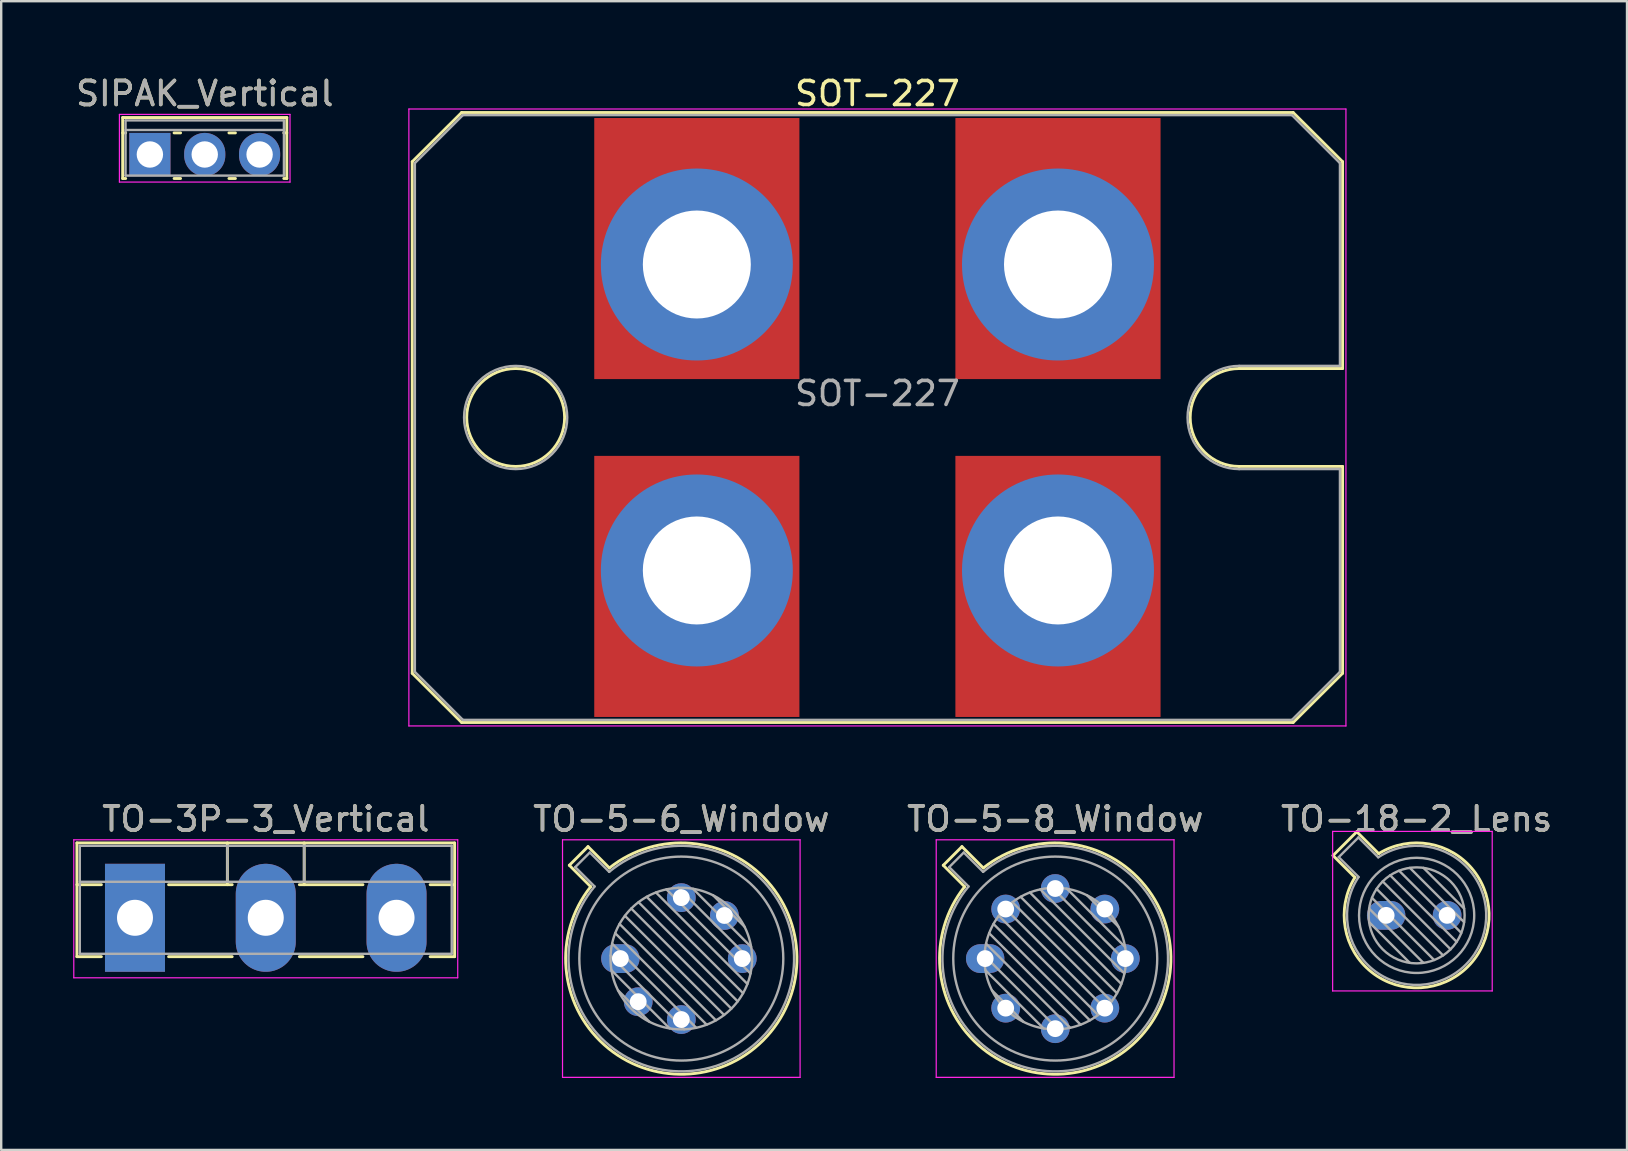
<source format=kicad_pcb>
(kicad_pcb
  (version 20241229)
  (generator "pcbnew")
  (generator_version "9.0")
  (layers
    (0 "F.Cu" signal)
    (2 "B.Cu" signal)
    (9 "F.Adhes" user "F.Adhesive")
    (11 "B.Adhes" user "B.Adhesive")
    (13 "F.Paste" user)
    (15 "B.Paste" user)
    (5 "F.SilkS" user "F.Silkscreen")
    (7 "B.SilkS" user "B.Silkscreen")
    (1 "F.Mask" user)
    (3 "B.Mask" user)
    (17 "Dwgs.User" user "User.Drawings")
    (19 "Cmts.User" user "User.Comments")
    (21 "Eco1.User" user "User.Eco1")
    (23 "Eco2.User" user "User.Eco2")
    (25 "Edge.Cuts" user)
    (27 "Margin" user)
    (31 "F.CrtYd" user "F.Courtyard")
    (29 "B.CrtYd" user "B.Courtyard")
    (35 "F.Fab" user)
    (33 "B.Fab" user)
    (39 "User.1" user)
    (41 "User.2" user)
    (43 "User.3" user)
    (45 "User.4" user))
  (footprint "TO-3P-3_Vertical"
    (layer "F.Cu")
    (at 2.575 35.197)
    (property "Reference" "TO-3P-3_Vertical" (at 5.45 -4.12 0) (layer "F.SilkS") (effects (font (size 1 1) (thickness 0.15))))
    (attr through_hole)
    (fp_line (start -2.42 -3.12) (end -2.42 1.62) (stroke (width 0.12) (type solid)) (layer "F.SilkS"))
    (fp_line (start -2.42 -3.12) (end 13.32 -3.12) (stroke (width 0.12) (type solid)) (layer "F.SilkS"))
    (fp_line (start -2.42 -1.38) (end -1.4 -1.38) (stroke (width 0.12) (type solid)) (layer "F.SilkS"))
    (fp_line (start -2.42 1.62) (end -1.4 1.62) (stroke (width 0.12) (type solid)) (layer "F.SilkS"))
    (fp_line (start 1.4 -1.38) (end 4.051 -1.38) (stroke (width 0.12) (type solid)) (layer "F.SilkS"))
    (fp_line (start 1.4 1.62) (end 4.051 1.62) (stroke (width 0.12) (type solid)) (layer "F.SilkS"))
    (fp_line (start 3.85 -3.12) (end 3.85 -1.38) (stroke (width 0.12) (type solid)) (layer "F.SilkS"))
    (fp_line (start 6.85 -1.38) (end 9.5 -1.38) (stroke (width 0.12) (type solid)) (layer "F.SilkS"))
    (fp_line (start 6.85 1.62) (end 9.5 1.62) (stroke (width 0.12) (type solid)) (layer "F.SilkS"))
    (fp_line (start 7.051 -3.12) (end 7.051 -1.38) (stroke (width 0.12) (type solid)) (layer "F.SilkS"))
    (fp_line (start 12.3 -1.38) (end 13.32 -1.38) (stroke (width 0.12) (type solid)) (layer "F.SilkS"))
    (fp_line (start 12.3 1.62) (end 13.32 1.62) (stroke (width 0.12) (type solid)) (layer "F.SilkS"))
    (fp_line (start 13.32 -3.12) (end 13.32 1.62) (stroke (width 0.12) (type solid)) (layer "F.SilkS"))
    (fp_line (start -2.55 -3.25) (end -2.55 2.5) (stroke (width 0.05) (type solid)) (layer "F.CrtYd"))
    (fp_line (start -2.55 2.5) (end 13.45 2.5) (stroke (width 0.05) (type solid)) (layer "F.CrtYd"))
    (fp_line (start 13.45 -3.25) (end -2.55 -3.25) (stroke (width 0.05) (type solid)) (layer "F.CrtYd"))
    (fp_line (start 13.45 2.5) (end 13.45 -3.25) (stroke (width 0.05) (type solid)) (layer "F.CrtYd"))
    (fp_line (start -2.3 -3) (end -2.3 1.5) (stroke (width 0.1) (type solid)) (layer "F.Fab"))
    (fp_line (start -2.3 -1.5) (end 13.2 -1.5) (stroke (width 0.1) (type solid)) (layer "F.Fab"))
    (fp_line (start -2.3 1.5) (end 13.2 1.5) (stroke (width 0.1) (type solid)) (layer "F.Fab"))
    (fp_line (start 3.85 -3) (end 3.85 -1.5) (stroke (width 0.1) (type solid)) (layer "F.Fab"))
    (fp_line (start 7.05 -3) (end 7.05 -1.5) (stroke (width 0.1) (type solid)) (layer "F.Fab"))
    (fp_line (start 13.2 -3) (end -2.3 -3) (stroke (width 0.1) (type solid)) (layer "F.Fab"))
    (fp_line (start 13.2 1.5) (end 13.2 -3) (stroke (width 0.1) (type solid)) (layer "F.Fab"))
    (fp_text user "${REFERENCE}" (at 5.45 -4.12 0) (layer "F.Fab") (effects (font (size 1 1) (thickness 0.15))))
    (pad "1" thru_hole rect (at 0 0) (size 2.5 4.5) (drill 1.5) (layers "*.Cu" "*.Mask"))
    (pad "2" thru_hole oval (at 5.45 0) (size 2.5 4.5) (drill 1.5) (layers "*.Cu" "*.Mask"))
    (pad "3" thru_hole oval (at 10.9 0) (size 2.5 4.5) (drill 1.5) (layers "*.Cu" "*.Mask")))
  (footprint "TO-5-6_Window"
    (layer "F.Cu")
    (at 22.802 36.897)
    (property "Reference" "TO-5-6_Window" (at 2.54 -5.82 0) (layer "F.SilkS") (effects (font (size 1 1) (thickness 0.15))))
    (attr through_hole)
    (fp_line (start -2.126 -3.888) (end -1.235 -2.997) (stroke (width 0.12) (type solid)) (layer "F.SilkS"))
    (fp_line (start -1.348 -4.666) (end -2.126 -3.888) (stroke (width 0.12) (type solid)) (layer "F.SilkS"))
    (fp_line (start -0.457 -3.775) (end -1.348 -4.666) (stroke (width 0.12) (type solid)) (layer "F.SilkS"))
    (fp_arc (start -0.457084 -3.774902) (mid 5.948125 3.408384) (end -1.234674 -2.997371) (stroke (width 0.12) (type solid)) (layer "F.SilkS"))
    (fp_line (start -2.41 -4.95) (end -2.41 4.95) (stroke (width 0.05) (type solid)) (layer "F.CrtYd"))
    (fp_line (start -2.41 4.95) (end 7.49 4.95) (stroke (width 0.05) (type solid)) (layer "F.CrtYd"))
    (fp_line (start 7.49 -4.95) (end -2.41 -4.95) (stroke (width 0.05) (type solid)) (layer "F.CrtYd"))
    (fp_line (start 7.49 4.95) (end 7.49 -4.95) (stroke (width 0.05) (type solid)) (layer "F.CrtYd"))
    (fp_line (start -1.88 -3.812) (end -1.074 -3.005) (stroke (width 0.1) (type solid)) (layer "F.Fab"))
    (fp_line (start -1.272 -4.42) (end -1.88 -3.812) (stroke (width 0.1) (type solid)) (layer "F.Fab"))
    (fp_line (start -0.465 -3.614) (end -1.272 -4.42) (stroke (width 0.1) (type solid)) (layer "F.Fab"))
    (fp_line (start -0.408 -0.12) (end 2.66 2.948) (stroke (width 0.1) (type solid)) (layer "F.Fab"))
    (fp_line (start -0.371 0.485) (end 2.055 2.911) (stroke (width 0.1) (type solid)) (layer "F.Fab"))
    (fp_line (start -0.344 -0.622) (end 3.162 2.884) (stroke (width 0.1) (type solid)) (layer "F.Fab"))
    (fp_line (start -0.215 -1.058) (end 3.598 2.755) (stroke (width 0.1) (type solid)) (layer "F.Fab"))
    (fp_line (start -0.097 1.324) (end 1.216 2.637) (stroke (width 0.1) (type solid)) (layer "F.Fab"))
    (fp_line (start -0.034 -1.443) (end 3.983 2.574) (stroke (width 0.1) (type solid)) (layer "F.Fab"))
    (fp_line (start 0.19 -1.784) (end 4.324 2.35) (stroke (width 0.1) (type solid)) (layer "F.Fab"))
    (fp_line (start 0.454 -2.086) (end 4.626 2.086) (stroke (width 0.1) (type solid)) (layer "F.Fab"))
    (fp_line (start 0.756 -2.35) (end 4.89 1.784) (stroke (width 0.1) (type solid)) (layer "F.Fab"))
    (fp_line (start 1.097 -2.574) (end 5.114 1.443) (stroke (width 0.1) (type solid)) (layer "F.Fab"))
    (fp_line (start 1.482 -2.755) (end 5.295 1.058) (stroke (width 0.1) (type solid)) (layer "F.Fab"))
    (fp_line (start 1.918 -2.884) (end 5.424 0.622) (stroke (width 0.1) (type solid)) (layer "F.Fab"))
    (fp_line (start 2.42 -2.948) (end 5.488 0.12) (stroke (width 0.1) (type solid)) (layer "F.Fab"))
    (fp_line (start 3.025 -2.911) (end 5.451 -0.485) (stroke (width 0.1) (type solid)) (layer "F.Fab"))
    (fp_line (start 3.864 -2.637) (end 5.177 -1.324) (stroke (width 0.1) (type solid)) (layer "F.Fab"))
    (fp_arc (start -0.465408 -3.61352) (mid 5.863443 3.323361) (end -1.073594 -3.005319) (stroke (width 0.1) (type solid)) (layer "F.Fab"))
    (fp_circle (center 2.54 0) (end 5.49 0) (stroke (width 0.1) (type solid)) (fill no) (layer "F.Fab"))
    (fp_circle (center 2.54 0) (end 6.79 0) (stroke (width 0.1) (type solid)) (fill no) (layer "F.Fab"))
    (fp_text user "${REFERENCE}" (at 2.54 -5.82 0) (layer "F.Fab") (effects (font (size 1 1) (thickness 0.15))))
    (pad "1" thru_hole oval (at 0 0) (size 1.6 1.2) (drill 0.7) (layers "*.Cu" "*.Mask"))
    (pad "2" thru_hole oval (at 0.744 1.796) (size 1.2 1.2) (drill 0.7) (layers "*.Cu" "*.Mask"))
    (pad "3" thru_hole oval (at 2.54 2.54) (size 1.2 1.2) (drill 0.7) (layers "*.Cu" "*.Mask"))
    (pad "4" thru_hole oval (at 5.08 0) (size 1.2 1.2) (drill 0.7) (layers "*.Cu" "*.Mask"))
    (pad "5" thru_hole oval (at 4.336 -1.796) (size 1.2 1.2) (drill 0.7) (layers "*.Cu" "*.Mask"))
    (pad "6" thru_hole oval (at 2.54 -2.54) (size 1.2 1.2) (drill 0.7) (layers "*.Cu" "*.Mask")))
  (footprint "TO-18-2_Lens"
    (layer "F.Cu")
    (at 54.715 35.096)
    (property "Reference" "TO-18-2_Lens" (at 1.27 -4.02 0) (layer "F.SilkS") (effects (font (size 1 1) (thickness 0.15))))
    (attr through_hole)
    (fp_line (start -2.214 -2.494) (end -1.302 -1.582) (stroke (width 0.12) (type solid)) (layer "F.SilkS"))
    (fp_line (start -1.224 -3.484) (end -2.214 -2.494) (stroke (width 0.12) (type solid)) (layer "F.SilkS"))
    (fp_line (start -0.312 -2.572) (end -1.224 -3.484) (stroke (width 0.12) (type solid)) (layer "F.SilkS"))
    (fp_arc (start -0.312331 -2.572281) (mid 3.405374 2.135551) (end -1.30215 -1.582544) (stroke (width 0.12) (type solid)) (layer "F.SilkS"))
    (fp_line (start -2.23 -3.5) (end -2.23 3.15) (stroke (width 0.05) (type solid)) (layer "F.CrtYd"))
    (fp_line (start -2.23 3.15) (end 4.42 3.15) (stroke (width 0.05) (type solid)) (layer "F.CrtYd"))
    (fp_line (start 4.42 -3.5) (end -2.23 -3.5) (stroke (width 0.05) (type solid)) (layer "F.CrtYd"))
    (fp_line (start 4.42 3.15) (end 4.42 -3.5) (stroke (width 0.05) (type solid)) (layer "F.CrtYd"))
    (fp_line (start -1.977 -2.426) (end -1.149 -1.599) (stroke (width 0.1) (type solid)) (layer "F.Fab"))
    (fp_line (start -1.156 -3.247) (end -1.977 -2.426) (stroke (width 0.1) (type solid)) (layer "F.Fab"))
    (fp_line (start -0.71 -0.283) (end 1.553 1.98) (stroke (width 0.1) (type solid)) (layer "F.Fab"))
    (fp_line (start -0.71 0.283) (end 0.987 1.98) (stroke (width 0.1) (type solid)) (layer "F.Fab"))
    (fp_line (start -0.592 -0.731) (end 2.001 1.862) (stroke (width 0.1) (type solid)) (layer "F.Fab"))
    (fp_line (start -0.399 -1.103) (end 2.373 1.669) (stroke (width 0.1) (type solid)) (layer "F.Fab"))
    (fp_line (start -0.329 -2.419) (end -1.156 -3.247) (stroke (width 0.1) (type solid)) (layer "F.Fab"))
    (fp_line (start -0.145 -1.415) (end 2.685 1.415) (stroke (width 0.1) (type solid)) (layer "F.Fab"))
    (fp_line (start 0.167 -1.669) (end 2.939 1.103) (stroke (width 0.1) (type solid)) (layer "F.Fab"))
    (fp_line (start 0.539 -1.862) (end 3.132 0.731) (stroke (width 0.1) (type solid)) (layer "F.Fab"))
    (fp_line (start 0.987 -1.98) (end 3.25 0.283) (stroke (width 0.1) (type solid)) (layer "F.Fab"))
    (fp_line (start 1.553 -1.98) (end 3.25 -0.283) (stroke (width 0.1) (type solid)) (layer "F.Fab"))
    (fp_arc (start -0.329057 -2.419301) (mid 3.321076 2.050143) (end -1.150029 -1.597956) (stroke (width 0.1) (type solid)) (layer "F.Fab"))
    (fp_circle (center 1.27 0) (end 3.27 0) (stroke (width 0.1) (type solid)) (fill no) (layer "F.Fab"))
    (fp_circle (center 1.27 0) (end 3.67 0) (stroke (width 0.1) (type solid)) (fill no) (layer "F.Fab"))
    (fp_text user "${REFERENCE}" (at 1.27 -4.02 0) (layer "F.Fab") (effects (font (size 1 1) (thickness 0.15))))
    (pad "1" thru_hole oval (at 0 0) (size 1.6 1.2) (drill 0.7) (layers "*.Cu" "*.Mask"))
    (pad "2" thru_hole oval (at 2.54 0) (size 1.2 1.2) (drill 0.7) (layers "*.Cu" "*.Mask")))
  (footprint "SIPAK_Vertical"
    (layer "F.Cu")
    (at 3.196 3.388)
    (property "Reference" "SIPAK_Vertical" (at 2.286 -2.54 0) (layer "F.SilkS") (effects (font (size 1 1) (thickness 0.15))))
    (attr through_hole)
    (fp_line (start -1.134 -1.54) (end -1.134 1) (stroke (width 0.12) (type solid)) (layer "F.SilkS"))
    (fp_line (start -1.134 -1.54) (end 5.706 -1.54) (stroke (width 0.12) (type solid)) (layer "F.SilkS"))
    (fp_line (start -1.134 -0.9) (end -1.008 -0.9) (stroke (width 0.12) (type solid)) (layer "F.SilkS"))
    (fp_line (start -1.134 1) (end -1.008 1) (stroke (width 0.12) (type solid)) (layer "F.SilkS"))
    (fp_line (start 1.008 -0.9) (end 1.279 -0.9) (stroke (width 0.12) (type solid)) (layer "F.SilkS"))
    (fp_line (start 1.008 1) (end 1.279 1) (stroke (width 0.12) (type solid)) (layer "F.SilkS"))
    (fp_line (start 3.294 -0.9) (end 3.565 -0.9) (stroke (width 0.12) (type solid)) (layer "F.SilkS"))
    (fp_line (start 3.294 1) (end 3.565 1) (stroke (width 0.12) (type solid)) (layer "F.SilkS"))
    (fp_line (start 5.58 -0.9) (end 5.706 -0.9) (stroke (width 0.12) (type solid)) (layer "F.SilkS"))
    (fp_line (start 5.58 1) (end 5.706 1) (stroke (width 0.12) (type solid)) (layer "F.SilkS"))
    (fp_line (start 5.706 -1.54) (end 5.706 1) (stroke (width 0.12) (type solid)) (layer "F.SilkS"))
    (fp_line (start -1.27 -1.67) (end -1.27 1.15) (stroke (width 0.05) (type solid)) (layer "F.CrtYd"))
    (fp_line (start -1.27 1.15) (end 5.84 1.15) (stroke (width 0.05) (type solid)) (layer "F.CrtYd"))
    (fp_line (start 5.84 -1.67) (end -1.27 -1.67) (stroke (width 0.05) (type solid)) (layer "F.CrtYd"))
    (fp_line (start 5.84 1.15) (end 5.84 -1.67) (stroke (width 0.05) (type solid)) (layer "F.CrtYd"))
    (fp_line (start -1.014 -1.42) (end -1.014 0.88) (stroke (width 0.1) (type solid)) (layer "F.Fab"))
    (fp_line (start -1.014 -1.02) (end 5.586 -1.02) (stroke (width 0.1) (type solid)) (layer "F.Fab"))
    (fp_line (start -1.014 0.88) (end 5.586 0.88) (stroke (width 0.1) (type solid)) (layer "F.Fab"))
    (fp_line (start 5.586 -1.42) (end -1.014 -1.42) (stroke (width 0.1) (type solid)) (layer "F.Fab"))
    (fp_line (start 5.586 0.88) (end 5.586 -1.42) (stroke (width 0.1) (type solid)) (layer "F.Fab"))
    (fp_text user "${REFERENCE}" (at 2.286 -2.54 0) (layer "F.Fab") (effects (font (size 1 1) (thickness 0.15))))
    (pad "1" thru_hole rect (at 0 0) (size 1.714 1.8) (drill 1.1) (layers "*.Cu" "*.Mask"))
    (pad "2" thru_hole oval (at 2.286 0) (size 1.714 1.8) (drill 1.1) (layers "*.Cu" "*.Mask"))
    (pad "3" thru_hole oval (at 4.572 0) (size 1.714 1.8) (drill 1.1) (layers "*.Cu" "*.Mask")))
  (footprint "SOT-227"
    (layer "F.Cu")
    (at 25.989 7.973)
    (property "Reference" "SOT-227" (at 7.525 -7.125 0) (layer "F.SilkS") (effects (font (size 1 1) (thickness 0.15))))
    (attr through_hole)
    (fp_line (start -11.86 -4.285) (end -11.86 17.035) (stroke (width 0.12) (type solid)) (layer "F.SilkS"))
    (fp_line (start -11.86 -4.285) (end -9.8 -6.335) (stroke (width 0.12) (type solid)) (layer "F.SilkS"))
    (fp_line (start -11.86 17.035) (end -9.8 19.085) (stroke (width 0.12) (type solid)) (layer "F.SilkS"))
    (fp_line (start -9.8 -6.335) (end 24.85 -6.335) (stroke (width 0.12) (type solid)) (layer "F.SilkS"))
    (fp_line (start -9.8 19.085) (end 24.85 19.085) (stroke (width 0.12) (type solid)) (layer "F.SilkS"))
    (fp_line (start 22.6 4.335) (end 26.91 4.335) (stroke (width 0.12) (type solid)) (layer "F.SilkS"))
    (fp_line (start 22.6 8.415) (end 26.91 8.415) (stroke (width 0.12) (type solid)) (layer "F.SilkS"))
    (fp_line (start 26.91 -4.285) (end 24.85 -6.335) (stroke (width 0.12) (type solid)) (layer "F.SilkS"))
    (fp_line (start 26.91 -4.285) (end 26.91 4.335) (stroke (width 0.12) (type solid)) (layer "F.SilkS"))
    (fp_line (start 26.91 17.035) (end 24.85 19.085) (stroke (width 0.12) (type solid)) (layer "F.SilkS"))
    (fp_line (start 26.91 17.035) (end 26.91 8.415) (stroke (width 0.12) (type solid)) (layer "F.SilkS"))
    (fp_arc (start 22.6 8.415) (mid 20.56 6.375) (end 22.6 4.335) (stroke (width 0.12) (type solid)) (layer "F.SilkS"))
    (fp_circle (center -7.55 6.375) (end -5.51 6.375) (stroke (width 0.12) (type solid)) (fill no) (layer "F.SilkS"))
    (fp_line (start -12 -6.48) (end -12 19.23) (stroke (width 0.05) (type solid)) (layer "F.CrtYd"))
    (fp_line (start -12 -6.48) (end 27.05 -6.48) (stroke (width 0.05) (type solid)) (layer "F.CrtYd"))
    (fp_line (start -12 19.23) (end 27.05 19.23) (stroke (width 0.05) (type solid)) (layer "F.CrtYd"))
    (fp_line (start 27.05 -6.48) (end 27.05 19.23) (stroke (width 0.05) (type solid)) (layer "F.CrtYd"))
    (fp_line (start -11.75 -4.225) (end -9.75 -6.225) (stroke (width 0.1) (type solid)) (layer "F.Fab"))
    (fp_line (start -11.75 16.975) (end -11.75 -4.225) (stroke (width 0.1) (type solid)) (layer "F.Fab"))
    (fp_line (start -11.75 16.975) (end -9.75 18.975) (stroke (width 0.1) (type solid)) (layer "F.Fab"))
    (fp_line (start -9.75 -6.225) (end 24.8 -6.225) (stroke (width 0.1) (type solid)) (layer "F.Fab"))
    (fp_line (start 22.6 4.225) (end 26.8 4.225) (stroke (width 0.1) (type solid)) (layer "F.Fab"))
    (fp_line (start 22.6 8.525) (end 26.8 8.525) (stroke (width 0.1) (type solid)) (layer "F.Fab"))
    (fp_line (start 24.8 18.975) (end -9.75 18.975) (stroke (width 0.1) (type solid)) (layer "F.Fab"))
    (fp_line (start 26.8 -4.225) (end 24.8 -6.225) (stroke (width 0.1) (type solid)) (layer "F.Fab"))
    (fp_line (start 26.8 -4.225) (end 26.8 4.225) (stroke (width 0.1) (type solid)) (layer "F.Fab"))
    (fp_line (start 26.8 8.525) (end 26.8 16.975) (stroke (width 0.1) (type solid)) (layer "F.Fab"))
    (fp_line (start 26.8 16.975) (end 24.8 18.975) (stroke (width 0.1) (type solid)) (layer "F.Fab"))
    (fp_arc (start 22.6 8.525) (mid 20.45 6.375) (end 22.6 4.225) (stroke (width 0.1) (type solid)) (layer "F.Fab"))
    (fp_circle (center -7.55 6.375) (end -5.4 6.375) (stroke (width 0.1) (type solid)) (fill no) (layer "F.Fab"))
    (fp_text user "${REFERENCE}" (at 7.525 5.375 0) (layer "F.Fab") (effects (font (size 1 1) (thickness 0.15))))
    (pad "1" smd rect (at 0 -0.665) (size 8.55 10.88) (layers "F.Cu" "F.Mask"))
    (pad "1" thru_hole circle (at 0 0) (size 8 8) (drill 4.5) (layers "*.Cu" "*.Mask"))
    (pad "2" smd rect (at 15.05 -0.665) (size 8.55 10.88) (layers "F.Cu" "F.Mask"))
    (pad "2" thru_hole circle (at 15.05 0) (size 8 8) (drill 4.5) (layers "*.Cu" "*.Mask"))
    (pad "3" thru_hole circle (at 15.05 12.75) (size 8 8) (drill 4.5) (layers "*.Cu" "*.Mask"))
    (pad "3" smd rect (at 15.05 13.415) (size 8.55 10.88) (layers "F.Cu" "F.Mask"))
    (pad "4" thru_hole circle (at 0 12.75) (size 8 8) (drill 4.5) (layers "*.Cu" "*.Mask"))
    (pad "4" smd rect (at 0 13.415) (size 8.55 10.88) (layers "F.Cu" "F.Mask")))
  (footprint "TO-5-8_Window"
    (layer "F.Cu")
    (at 38.005 36.897)
    (property "Reference" "TO-5-8_Window" (at 2.92 -5.82 0) (layer "F.SilkS") (effects (font (size 1 1) (thickness 0.15))))
    (attr through_hole)
    (fp_line (start -1.746 -3.888) (end -0.855 -2.997) (stroke (width 0.12) (type solid)) (layer "F.SilkS"))
    (fp_line (start -0.968 -4.666) (end -1.746 -3.888) (stroke (width 0.12) (type solid)) (layer "F.SilkS"))
    (fp_line (start -0.077 -3.775) (end -0.968 -4.666) (stroke (width 0.12) (type solid)) (layer "F.SilkS"))
    (fp_arc (start -0.077084 -3.774902) (mid 6.328125 3.408384) (end -0.854674 -2.997371) (stroke (width 0.12) (type solid)) (layer "F.SilkS"))
    (fp_line (start -2.04 -4.95) (end -2.04 4.95) (stroke (width 0.05) (type solid)) (layer "F.CrtYd"))
    (fp_line (start -2.04 4.95) (end 7.87 4.95) (stroke (width 0.05) (type solid)) (layer "F.CrtYd"))
    (fp_line (start 7.87 -4.95) (end -2.04 -4.95) (stroke (width 0.05) (type solid)) (layer "F.CrtYd"))
    (fp_line (start 7.87 4.95) (end 7.87 -4.95) (stroke (width 0.05) (type solid)) (layer "F.CrtYd"))
    (fp_line (start -1.5 -3.812) (end -0.694 -3.005) (stroke (width 0.1) (type solid)) (layer "F.Fab"))
    (fp_line (start -0.892 -4.42) (end -1.5 -3.812) (stroke (width 0.1) (type solid)) (layer "F.Fab"))
    (fp_line (start -0.085 -3.614) (end -0.892 -4.42) (stroke (width 0.1) (type solid)) (layer "F.Fab"))
    (fp_line (start -0.028 -0.12) (end 3.04 2.948) (stroke (width 0.1) (type solid)) (layer "F.Fab"))
    (fp_line (start 0.009 0.485) (end 2.435 2.911) (stroke (width 0.1) (type solid)) (layer "F.Fab"))
    (fp_line (start 0.036 -0.622) (end 3.542 2.884) (stroke (width 0.1) (type solid)) (layer "F.Fab"))
    (fp_line (start 0.165 -1.058) (end 3.978 2.755) (stroke (width 0.1) (type solid)) (layer "F.Fab"))
    (fp_line (start 0.283 1.324) (end 1.596 2.637) (stroke (width 0.1) (type solid)) (layer "F.Fab"))
    (fp_line (start 0.346 -1.443) (end 4.363 2.574) (stroke (width 0.1) (type solid)) (layer "F.Fab"))
    (fp_line (start 0.57 -1.784) (end 4.704 2.35) (stroke (width 0.1) (type solid)) (layer "F.Fab"))
    (fp_line (start 0.834 -2.086) (end 5.006 2.086) (stroke (width 0.1) (type solid)) (layer "F.Fab"))
    (fp_line (start 1.136 -2.35) (end 5.27 1.784) (stroke (width 0.1) (type solid)) (layer "F.Fab"))
    (fp_line (start 1.477 -2.574) (end 5.494 1.443) (stroke (width 0.1) (type solid)) (layer "F.Fab"))
    (fp_line (start 1.862 -2.755) (end 5.675 1.058) (stroke (width 0.1) (type solid)) (layer "F.Fab"))
    (fp_line (start 2.298 -2.884) (end 5.804 0.622) (stroke (width 0.1) (type solid)) (layer "F.Fab"))
    (fp_line (start 2.8 -2.948) (end 5.868 0.12) (stroke (width 0.1) (type solid)) (layer "F.Fab"))
    (fp_line (start 3.405 -2.911) (end 5.831 -0.485) (stroke (width 0.1) (type solid)) (layer "F.Fab"))
    (fp_line (start 4.244 -2.637) (end 5.557 -1.324) (stroke (width 0.1) (type solid)) (layer "F.Fab"))
    (fp_arc (start -0.085408 -3.61352) (mid 6.243443 3.323361) (end -0.693594 -3.005319) (stroke (width 0.1) (type solid)) (layer "F.Fab"))
    (fp_circle (center 2.92 0) (end 5.87 0) (stroke (width 0.1) (type solid)) (fill no) (layer "F.Fab"))
    (fp_circle (center 2.92 0) (end 7.17 0) (stroke (width 0.1) (type solid)) (fill no) (layer "F.Fab"))
    (fp_text user "${REFERENCE}" (at 2.92 -5.82 0) (layer "F.Fab") (effects (font (size 1 1) (thickness 0.15))))
    (pad "1" thru_hole oval (at 0 0) (size 1.6 1.2) (drill 0.7) (layers "*.Cu" "*.Mask"))
    (pad "2" thru_hole oval (at 0.855 2.065) (size 1.2 1.2) (drill 0.7) (layers "*.Cu" "*.Mask"))
    (pad "3" thru_hole oval (at 2.92 2.92) (size 1.2 1.2) (drill 0.7) (layers "*.Cu" "*.Mask"))
    (pad "4" thru_hole oval (at 4.985 2.065) (size 1.2 1.2) (drill 0.7) (layers "*.Cu" "*.Mask"))
    (pad "5" thru_hole oval (at 5.84 0) (size 1.2 1.2) (drill 0.7) (layers "*.Cu" "*.Mask"))
    (pad "6" thru_hole oval (at 4.985 -2.065) (size 1.2 1.2) (drill 0.7) (layers "*.Cu" "*.Mask"))
    (pad "7" thru_hole oval (at 2.92 -2.92) (size 1.2 1.2) (drill 0.7) (layers "*.Cu" "*.Mask"))
    (pad "8" thru_hole oval (at 0.855 -2.065) (size 1.2 1.2) (drill 0.7) (layers "*.Cu" "*.Mask")))
  (gr_rect
    (start -3 -3)
    (end 64.752 44.871)
    (stroke (width 0.1) (type default))
    (fill no)
    (layer "Edge.Cuts")))
</source>
